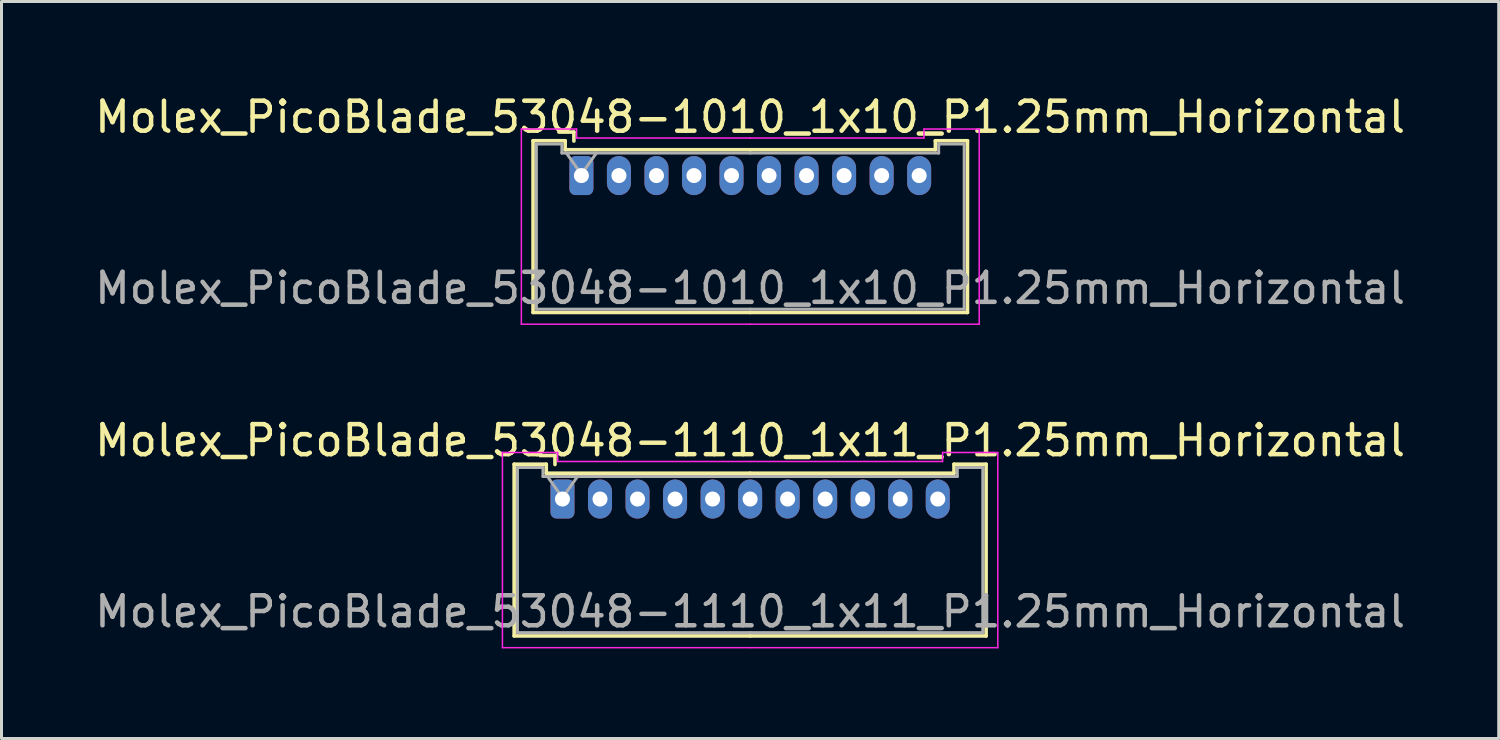
<source format=kicad_pcb>
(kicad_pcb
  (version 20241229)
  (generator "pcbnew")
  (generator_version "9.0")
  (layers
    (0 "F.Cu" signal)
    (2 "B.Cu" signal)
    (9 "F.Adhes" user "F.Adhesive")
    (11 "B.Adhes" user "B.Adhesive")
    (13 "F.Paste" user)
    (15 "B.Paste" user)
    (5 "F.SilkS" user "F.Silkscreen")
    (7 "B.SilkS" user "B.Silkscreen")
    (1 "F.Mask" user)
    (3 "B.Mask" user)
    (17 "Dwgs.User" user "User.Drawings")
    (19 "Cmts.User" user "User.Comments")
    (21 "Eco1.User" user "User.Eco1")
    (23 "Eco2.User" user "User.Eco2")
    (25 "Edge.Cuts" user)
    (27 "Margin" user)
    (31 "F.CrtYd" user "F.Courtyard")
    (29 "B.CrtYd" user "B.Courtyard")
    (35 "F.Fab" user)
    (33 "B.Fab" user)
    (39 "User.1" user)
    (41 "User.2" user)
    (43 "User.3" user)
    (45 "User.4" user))
  (footprint "Molex_PicoBlade_53048-1110_1x11_P1.25mm_Horizontal"
    (layer "F.Cu")
    (at 15.685 13.572)
    (property "Reference" "Molex_PicoBlade_53048-1110_1x11_P1.25mm_Horizontal" (at 6.25 -1.95 0) (layer "F.SilkS") (effects (font (size 1 1) (thickness 0.15))))
    (attr through_hole)
    (fp_line (start -1.61 -1.16) (end -1.61 4.56) (stroke (width 0.12) (type solid)) (layer "F.SilkS"))
    (fp_line (start -1.61 4.56) (end 6.25 4.56) (stroke (width 0.12) (type solid)) (layer "F.SilkS"))
    (fp_line (start -0.54 -1.16) (end -1.61 -1.16) (stroke (width 0.12) (type solid)) (layer "F.SilkS"))
    (fp_line (start -0.54 -0.86) (end -0.54 -1.16) (stroke (width 0.12) (type solid)) (layer "F.SilkS"))
    (fp_line (start -0.25 -1.45) (end -0.75 -1.45) (stroke (width 0.12) (type solid)) (layer "F.SilkS"))
    (fp_line (start -0.25 -1.15) (end -0.25 -1.45) (stroke (width 0.12) (type solid)) (layer "F.SilkS"))
    (fp_line (start 6.25 -0.86) (end -0.54 -0.86) (stroke (width 0.12) (type solid)) (layer "F.SilkS"))
    (fp_line (start 6.25 -0.86) (end 13.04 -0.86) (stroke (width 0.12) (type solid)) (layer "F.SilkS"))
    (fp_line (start 13.04 -1.16) (end 14.11 -1.16) (stroke (width 0.12) (type solid)) (layer "F.SilkS"))
    (fp_line (start 13.04 -0.86) (end 13.04 -1.16) (stroke (width 0.12) (type solid)) (layer "F.SilkS"))
    (fp_line (start 14.11 -1.16) (end 14.11 4.56) (stroke (width 0.12) (type solid)) (layer "F.SilkS"))
    (fp_line (start 14.11 4.56) (end 6.25 4.56) (stroke (width 0.12) (type solid)) (layer "F.SilkS"))
    (fp_line (start -2 -1.55) (end -2 4.95) (stroke (width 0.05) (type solid)) (layer "F.CrtYd"))
    (fp_line (start -2 4.95) (end 6.25 4.95) (stroke (width 0.05) (type solid)) (layer "F.CrtYd"))
    (fp_line (start -0.16 -1.55) (end -2 -1.55) (stroke (width 0.05) (type solid)) (layer "F.CrtYd"))
    (fp_line (start -0.16 -1.25) (end -0.16 -1.55) (stroke (width 0.05) (type solid)) (layer "F.CrtYd"))
    (fp_line (start 6.25 -1.25) (end -0.16 -1.25) (stroke (width 0.05) (type solid)) (layer "F.CrtYd"))
    (fp_line (start 6.25 -1.25) (end 12.66 -1.25) (stroke (width 0.05) (type solid)) (layer "F.CrtYd"))
    (fp_line (start 12.66 -1.55) (end 14.5 -1.55) (stroke (width 0.05) (type solid)) (layer "F.CrtYd"))
    (fp_line (start 12.66 -1.25) (end 12.66 -1.55) (stroke (width 0.05) (type solid)) (layer "F.CrtYd"))
    (fp_line (start 14.5 -1.55) (end 14.5 4.95) (stroke (width 0.05) (type solid)) (layer "F.CrtYd"))
    (fp_line (start 14.5 4.95) (end 6.25 4.95) (stroke (width 0.05) (type solid)) (layer "F.CrtYd"))
    (fp_line (start -1.5 -1.05) (end -1.5 4.45) (stroke (width 0.1) (type solid)) (layer "F.Fab"))
    (fp_line (start -1.5 4.45) (end 6.25 4.45) (stroke (width 0.1) (type solid)) (layer "F.Fab"))
    (fp_line (start -0.65 -1.05) (end -1.5 -1.05) (stroke (width 0.1) (type solid)) (layer "F.Fab"))
    (fp_line (start -0.65 -0.75) (end -0.65 -1.05) (stroke (width 0.1) (type solid)) (layer "F.Fab"))
    (fp_line (start -0.5 -0.75) (end 0 -0.043) (stroke (width 0.1) (type solid)) (layer "F.Fab"))
    (fp_line (start 0 -0.043) (end 0.5 -0.75) (stroke (width 0.1) (type solid)) (layer "F.Fab"))
    (fp_line (start 6.25 -0.75) (end -0.65 -0.75) (stroke (width 0.1) (type solid)) (layer "F.Fab"))
    (fp_line (start 6.25 -0.75) (end 13.15 -0.75) (stroke (width 0.1) (type solid)) (layer "F.Fab"))
    (fp_line (start 13.15 -1.05) (end 14 -1.05) (stroke (width 0.1) (type solid)) (layer "F.Fab"))
    (fp_line (start 13.15 -0.75) (end 13.15 -1.05) (stroke (width 0.1) (type solid)) (layer "F.Fab"))
    (fp_line (start 14 -1.05) (end 14 4.45) (stroke (width 0.1) (type solid)) (layer "F.Fab"))
    (fp_line (start 14 4.45) (end 6.25 4.45) (stroke (width 0.1) (type solid)) (layer "F.Fab"))
    (fp_text user "${REFERENCE}" (at 6.25 3.75 0) (layer "F.Fab") (effects (font (size 1 1) (thickness 0.15))))
    (pad "1" thru_hole roundrect (at 0 0) (size 0.8 1.3) (drill 0.5) (layers "*.Cu" "*.Mask") (roundrect_rratio 0.25))
    (pad "2" thru_hole oval (at 1.25 0) (size 0.8 1.3) (drill 0.5) (layers "*.Cu" "*.Mask"))
    (pad "3" thru_hole oval (at 2.5 0) (size 0.8 1.3) (drill 0.5) (layers "*.Cu" "*.Mask"))
    (pad "4" thru_hole oval (at 3.75 0) (size 0.8 1.3) (drill 0.5) (layers "*.Cu" "*.Mask"))
    (pad "5" thru_hole oval (at 5 0) (size 0.8 1.3) (drill 0.5) (layers "*.Cu" "*.Mask"))
    (pad "6" thru_hole oval (at 6.25 0) (size 0.8 1.3) (drill 0.5) (layers "*.Cu" "*.Mask"))
    (pad "7" thru_hole oval (at 7.5 0) (size 0.8 1.3) (drill 0.5) (layers "*.Cu" "*.Mask"))
    (pad "8" thru_hole oval (at 8.75 0) (size 0.8 1.3) (drill 0.5) (layers "*.Cu" "*.Mask"))
    (pad "9" thru_hole oval (at 10 0) (size 0.8 1.3) (drill 0.5) (layers "*.Cu" "*.Mask"))
    (pad "10" thru_hole oval (at 11.25 0) (size 0.8 1.3) (drill 0.5) (layers "*.Cu" "*.Mask"))
    (pad "11" thru_hole oval (at 12.5 0) (size 0.8 1.3) (drill 0.5) (layers "*.Cu" "*.Mask")))
  (footprint "Molex_PicoBlade_53048-1010_1x10_P1.25mm_Horizontal"
    (layer "F.Cu")
    (at 16.315 2.798)
    (property "Reference" "Molex_PicoBlade_53048-1010_1x10_P1.25mm_Horizontal" (at 5.62 -1.95 0) (layer "F.SilkS") (effects (font (size 1 1) (thickness 0.15))))
    (attr through_hole)
    (fp_line (start -1.61 -1.16) (end -1.61 4.56) (stroke (width 0.12) (type solid)) (layer "F.SilkS"))
    (fp_line (start -1.61 4.56) (end 5.625 4.56) (stroke (width 0.12) (type solid)) (layer "F.SilkS"))
    (fp_line (start -0.54 -1.16) (end -1.61 -1.16) (stroke (width 0.12) (type solid)) (layer "F.SilkS"))
    (fp_line (start -0.54 -0.86) (end -0.54 -1.16) (stroke (width 0.12) (type solid)) (layer "F.SilkS"))
    (fp_line (start -0.25 -1.45) (end -0.75 -1.45) (stroke (width 0.12) (type solid)) (layer "F.SilkS"))
    (fp_line (start -0.25 -1.15) (end -0.25 -1.45) (stroke (width 0.12) (type solid)) (layer "F.SilkS"))
    (fp_line (start 5.625 -0.86) (end -0.54 -0.86) (stroke (width 0.12) (type solid)) (layer "F.SilkS"))
    (fp_line (start 5.625 -0.86) (end 11.79 -0.86) (stroke (width 0.12) (type solid)) (layer "F.SilkS"))
    (fp_line (start 11.79 -1.16) (end 12.86 -1.16) (stroke (width 0.12) (type solid)) (layer "F.SilkS"))
    (fp_line (start 11.79 -0.86) (end 11.79 -1.16) (stroke (width 0.12) (type solid)) (layer "F.SilkS"))
    (fp_line (start 12.86 -1.16) (end 12.86 4.56) (stroke (width 0.12) (type solid)) (layer "F.SilkS"))
    (fp_line (start 12.86 4.56) (end 5.625 4.56) (stroke (width 0.12) (type solid)) (layer "F.SilkS"))
    (fp_line (start -2 -1.55) (end -2 4.95) (stroke (width 0.05) (type solid)) (layer "F.CrtYd"))
    (fp_line (start -2 4.95) (end 5.63 4.95) (stroke (width 0.05) (type solid)) (layer "F.CrtYd"))
    (fp_line (start -0.16 -1.55) (end -2 -1.55) (stroke (width 0.05) (type solid)) (layer "F.CrtYd"))
    (fp_line (start -0.16 -1.25) (end -0.16 -1.55) (stroke (width 0.05) (type solid)) (layer "F.CrtYd"))
    (fp_line (start 5.62 -1.25) (end 11.41 -1.25) (stroke (width 0.05) (type solid)) (layer "F.CrtYd"))
    (fp_line (start 5.63 -1.25) (end -0.16 -1.25) (stroke (width 0.05) (type solid)) (layer "F.CrtYd"))
    (fp_line (start 11.41 -1.55) (end 13.25 -1.55) (stroke (width 0.05) (type solid)) (layer "F.CrtYd"))
    (fp_line (start 11.41 -1.25) (end 11.41 -1.55) (stroke (width 0.05) (type solid)) (layer "F.CrtYd"))
    (fp_line (start 13.25 -1.55) (end 13.25 4.95) (stroke (width 0.05) (type solid)) (layer "F.CrtYd"))
    (fp_line (start 13.25 4.95) (end 5.62 4.95) (stroke (width 0.05) (type solid)) (layer "F.CrtYd"))
    (fp_line (start -1.5 -1.05) (end -1.5 4.45) (stroke (width 0.1) (type solid)) (layer "F.Fab"))
    (fp_line (start -1.5 4.45) (end 5.625 4.45) (stroke (width 0.1) (type solid)) (layer "F.Fab"))
    (fp_line (start -0.65 -1.05) (end -1.5 -1.05) (stroke (width 0.1) (type solid)) (layer "F.Fab"))
    (fp_line (start -0.65 -0.75) (end -0.65 -1.05) (stroke (width 0.1) (type solid)) (layer "F.Fab"))
    (fp_line (start -0.5 -0.75) (end 0 -0.043) (stroke (width 0.1) (type solid)) (layer "F.Fab"))
    (fp_line (start 0 -0.043) (end 0.5 -0.75) (stroke (width 0.1) (type solid)) (layer "F.Fab"))
    (fp_line (start 5.625 -0.75) (end -0.65 -0.75) (stroke (width 0.1) (type solid)) (layer "F.Fab"))
    (fp_line (start 5.625 -0.75) (end 11.9 -0.75) (stroke (width 0.1) (type solid)) (layer "F.Fab"))
    (fp_line (start 11.9 -1.05) (end 12.75 -1.05) (stroke (width 0.1) (type solid)) (layer "F.Fab"))
    (fp_line (start 11.9 -0.75) (end 11.9 -1.05) (stroke (width 0.1) (type solid)) (layer "F.Fab"))
    (fp_line (start 12.75 -1.05) (end 12.75 4.45) (stroke (width 0.1) (type solid)) (layer "F.Fab"))
    (fp_line (start 12.75 4.45) (end 5.625 4.45) (stroke (width 0.1) (type solid)) (layer "F.Fab"))
    (fp_text user "${REFERENCE}" (at 5.62 3.75 0) (layer "F.Fab") (effects (font (size 1 1) (thickness 0.15))))
    (pad "1" thru_hole roundrect (at 0 0) (size 0.8 1.3) (drill 0.5) (layers "*.Cu" "*.Mask") (roundrect_rratio 0.25))
    (pad "2" thru_hole oval (at 1.25 0) (size 0.8 1.3) (drill 0.5) (layers "*.Cu" "*.Mask"))
    (pad "3" thru_hole oval (at 2.5 0) (size 0.8 1.3) (drill 0.5) (layers "*.Cu" "*.Mask"))
    (pad "4" thru_hole oval (at 3.75 0) (size 0.8 1.3) (drill 0.5) (layers "*.Cu" "*.Mask"))
    (pad "5" thru_hole oval (at 5 0) (size 0.8 1.3) (drill 0.5) (layers "*.Cu" "*.Mask"))
    (pad "6" thru_hole oval (at 6.25 0) (size 0.8 1.3) (drill 0.5) (layers "*.Cu" "*.Mask"))
    (pad "7" thru_hole oval (at 7.5 0) (size 0.8 1.3) (drill 0.5) (layers "*.Cu" "*.Mask"))
    (pad "8" thru_hole oval (at 8.75 0) (size 0.8 1.3) (drill 0.5) (layers "*.Cu" "*.Mask"))
    (pad "9" thru_hole oval (at 10 0) (size 0.8 1.3) (drill 0.5) (layers "*.Cu" "*.Mask"))
    (pad "10" thru_hole oval (at 11.25 0) (size 0.8 1.3) (drill 0.5) (layers "*.Cu" "*.Mask")))
  (gr_rect
    (start -3 -3)
    (end 46.869 21.547)
    (stroke (width 0.1) (type default))
    (fill no)
    (layer "Edge.Cuts")))
</source>
